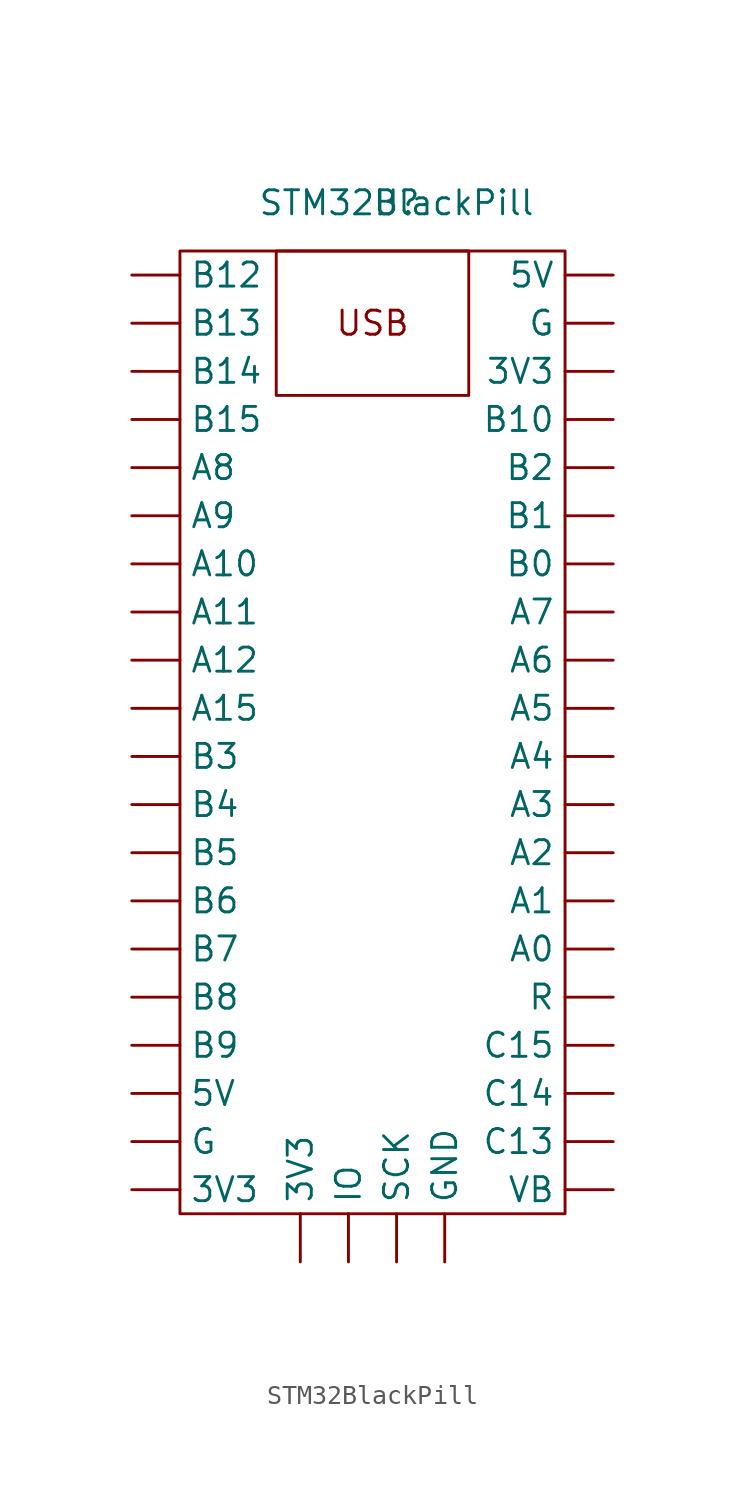
<source format=kicad_sym>
(kicad_symbol_lib
  (version 20211014)
  (generator kicad_symbol_editor)
  (symbol "STM32BlackPill"
    (property "Reference" "U"
      (at 1.27 27.94 0)
      (effects (font (size 1.27 1.27))))
    (property "Value" "STM32BlackPill"
      (at 1.27 27.94 0)
      (effects (font (size 1.27 1.27))))
    (symbol "STM32BlackPill_0_0"
      (text "USB" (at 0 21.59 0) (effects (font (size 1.27 1.27)))))
    (symbol "STM32BlackPill_0_1"
      (rectangle (start -10.16 25.4) (end 10.16 -25.4) (stroke (width 0) (type default) (color 0 0 0 0)) (fill (type none)))
      (rectangle (start -5.08 25.4) (end 5.08 17.78) (stroke (width 0) (type default) (color 0 0 0 0)) (fill (type none))))
    (symbol "STM32BlackPill_1_1"
      (pin power_in line (at -12.7 -24.13 0) (length 2.54) (name "3V3" (effects (font (size 1.27 1.27)))) (number "" (effects (font (size 1.27 1.27)))))
      (pin power_in line (at -3.81 -27.94 90) (length 2.54) (name "3V3" (effects (font (size 1.27 1.27)))) (number "" (effects (font (size 1.27 1.27)))))
      (pin power_in line (at 12.7 19.05 180) (length 2.54) (name "3V3" (effects (font (size 1.27 1.27)))) (number "" (effects (font (size 1.27 1.27)))))
      (pin power_in line (at -12.7 -19.05 0) (length 2.54) (name "5V" (effects (font (size 1.27 1.27)))) (number "" (effects (font (size 1.27 1.27)))))
      (pin power_in line (at 12.7 24.13 180) (length 2.54) (name "5V" (effects (font (size 1.27 1.27)))) (number "" (effects (font (size 1.27 1.27)))))
      (pin bidirectional line (at 12.7 -11.43 180) (length 2.54) (name "A0" (effects (font (size 1.27 1.27)))) (number "" (effects (font (size 1.27 1.27)))))
      (pin bidirectional line (at 12.7 -8.89 180) (length 2.54) (name "A1" (effects (font (size 1.27 1.27)))) (number "" (effects (font (size 1.27 1.27)))))
      (pin bidirectional line (at -12.7 8.89 0) (length 2.54) (name "A10" (effects (font (size 1.27 1.27)))) (number "" (effects (font (size 1.27 1.27)))))
      (pin bidirectional line (at -12.7 6.35 0) (length 2.54) (name "A11" (effects (font (size 1.27 1.27)))) (number "" (effects (font (size 1.27 1.27)))))
      (pin bidirectional line (at -12.7 3.81 0) (length 2.54) (name "A12" (effects (font (size 1.27 1.27)))) (number "" (effects (font (size 1.27 1.27)))))
      (pin bidirectional line (at -12.7 1.27 0) (length 2.54) (name "A15" (effects (font (size 1.27 1.27)))) (number "" (effects (font (size 1.27 1.27)))))
      (pin bidirectional line (at 12.7 -6.35 180) (length 2.54) (name "A2" (effects (font (size 1.27 1.27)))) (number "" (effects (font (size 1.27 1.27)))))
      (pin bidirectional line (at 12.7 -3.81 180) (length 2.54) (name "A3" (effects (font (size 1.27 1.27)))) (number "" (effects (font (size 1.27 1.27)))))
      (pin bidirectional line (at 12.7 -1.27 180) (length 2.54) (name "A4" (effects (font (size 1.27 1.27)))) (number "" (effects (font (size 1.27 1.27)))))
      (pin bidirectional line (at 12.7 1.27 180) (length 2.54) (name "A5" (effects (font (size 1.27 1.27)))) (number "" (effects (font (size 1.27 1.27)))))
      (pin bidirectional line (at 12.7 3.81 180) (length 2.54) (name "A6" (effects (font (size 1.27 1.27)))) (number "" (effects (font (size 1.27 1.27)))))
      (pin bidirectional line (at 12.7 6.35 180) (length 2.54) (name "A7" (effects (font (size 1.27 1.27)))) (number "" (effects (font (size 1.27 1.27)))))
      (pin bidirectional line (at -12.7 13.97 0) (length 2.54) (name "A8" (effects (font (size 1.27 1.27)))) (number "" (effects (font (size 1.27 1.27)))))
      (pin bidirectional line (at -12.7 11.43 0) (length 2.54) (name "A9" (effects (font (size 1.27 1.27)))) (number "" (effects (font (size 1.27 1.27)))))
      (pin bidirectional line (at 12.7 8.89 180) (length 2.54) (name "B0" (effects (font (size 1.27 1.27)))) (number "" (effects (font (size 1.27 1.27)))))
      (pin bidirectional line (at 12.7 11.43 180) (length 2.54) (name "B1" (effects (font (size 1.27 1.27)))) (number "" (effects (font (size 1.27 1.27)))))
      (pin bidirectional line (at 12.7 16.51 180) (length 2.54) (name "B10" (effects (font (size 1.27 1.27)))) (number "" (effects (font (size 1.27 1.27)))))
      (pin bidirectional line (at -12.7 24.13 0) (length 2.54) (name "B12" (effects (font (size 1.27 1.27)))) (number "" (effects (font (size 1.27 1.27)))))
      (pin bidirectional line (at -12.7 21.59 0) (length 2.54) (name "B13" (effects (font (size 1.27 1.27)))) (number "" (effects (font (size 1.27 1.27)))))
      (pin bidirectional line (at -12.7 19.05 0) (length 2.54) (name "B14" (effects (font (size 1.27 1.27)))) (number "" (effects (font (size 1.27 1.27)))))
      (pin bidirectional line (at -12.7 16.51 0) (length 2.54) (name "B15" (effects (font (size 1.27 1.27)))) (number "" (effects (font (size 1.27 1.27)))))
      (pin bidirectional line (at 12.7 13.97 180) (length 2.54) (name "B2" (effects (font (size 1.27 1.27)))) (number "" (effects (font (size 1.27 1.27)))))
      (pin bidirectional line (at -12.7 -1.27 0) (length 2.54) (name "B3" (effects (font (size 1.27 1.27)))) (number "" (effects (font (size 1.27 1.27)))))
      (pin bidirectional line (at -12.7 -3.81 0) (length 2.54) (name "B4" (effects (font (size 1.27 1.27)))) (number "" (effects (font (size 1.27 1.27)))))
      (pin bidirectional line (at -12.7 -6.35 0) (length 2.54) (name "B5" (effects (font (size 1.27 1.27)))) (number "" (effects (font (size 1.27 1.27)))))
      (pin bidirectional line (at -12.7 -8.89 0) (length 2.54) (name "B6" (effects (font (size 1.27 1.27)))) (number "" (effects (font (size 1.27 1.27)))))
      (pin bidirectional line (at -12.7 -11.43 0) (length 2.54) (name "B7" (effects (font (size 1.27 1.27)))) (number "" (effects (font (size 1.27 1.27)))))
      (pin bidirectional line (at -12.7 -13.97 0) (length 2.54) (name "B8" (effects (font (size 1.27 1.27)))) (number "" (effects (font (size 1.27 1.27)))))
      (pin bidirectional line (at -12.7 -16.51 0) (length 2.54) (name "B9" (effects (font (size 1.27 1.27)))) (number "" (effects (font (size 1.27 1.27)))))
      (pin bidirectional line (at 12.7 -21.59 180) (length 2.54) (name "C13" (effects (font (size 1.27 1.27)))) (number "" (effects (font (size 1.27 1.27)))))
      (pin bidirectional line (at 12.7 -19.05 180) (length 2.54) (name "C14" (effects (font (size 1.27 1.27)))) (number "" (effects (font (size 1.27 1.27)))))
      (pin bidirectional line (at 12.7 -16.51 180) (length 2.54) (name "C15" (effects (font (size 1.27 1.27)))) (number "" (effects (font (size 1.27 1.27)))))
      (pin power_in line (at -12.7 -21.59 0) (length 2.54) (name "G" (effects (font (size 1.27 1.27)))) (number "" (effects (font (size 1.27 1.27)))))
      (pin power_in line (at 12.7 21.59 180) (length 2.54) (name "G" (effects (font (size 1.27 1.27)))) (number "" (effects (font (size 1.27 1.27)))))
      (pin power_in line (at 3.81 -27.94 90) (length 2.54) (name "GND" (effects (font (size 1.27 1.27)))) (number "" (effects (font (size 1.27 1.27)))))
      (pin bidirectional line (at -1.27 -27.94 90) (length 2.54) (name "IO" (effects (font (size 1.27 1.27)))) (number "" (effects (font (size 1.27 1.27)))))
      (pin input line (at 12.7 -13.97 180) (length 2.54) (name "R" (effects (font (size 1.27 1.27)))) (number "" (effects (font (size 1.27 1.27)))))
      (pin input line (at 1.27 -27.94 90) (length 2.54) (name "SCK" (effects (font (size 1.27 1.27)))) (number "" (effects (font (size 1.27 1.27)))))
      (pin power_in line (at 12.7 -24.13 180) (length 2.54) (name "VB" (effects (font (size 1.27 1.27)))) (number "" (effects (font (size 1.27 1.27))))))))
</source>
